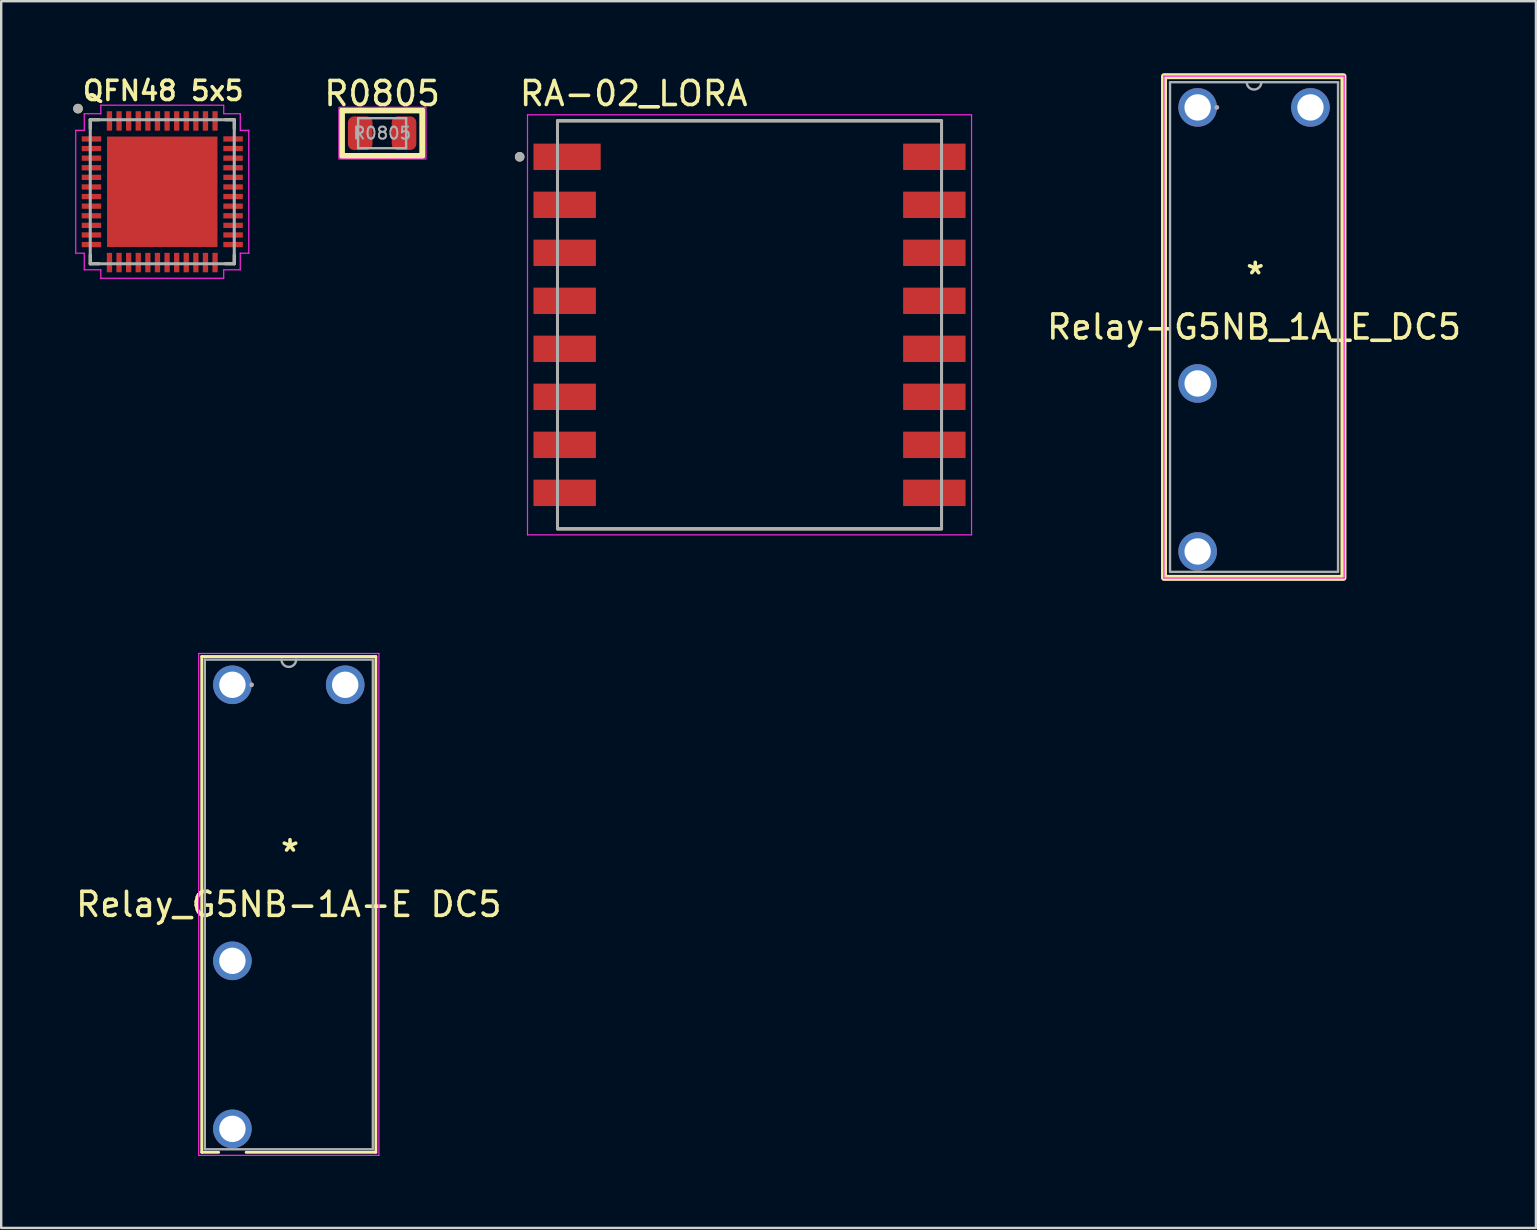
<source format=kicad_pcb>
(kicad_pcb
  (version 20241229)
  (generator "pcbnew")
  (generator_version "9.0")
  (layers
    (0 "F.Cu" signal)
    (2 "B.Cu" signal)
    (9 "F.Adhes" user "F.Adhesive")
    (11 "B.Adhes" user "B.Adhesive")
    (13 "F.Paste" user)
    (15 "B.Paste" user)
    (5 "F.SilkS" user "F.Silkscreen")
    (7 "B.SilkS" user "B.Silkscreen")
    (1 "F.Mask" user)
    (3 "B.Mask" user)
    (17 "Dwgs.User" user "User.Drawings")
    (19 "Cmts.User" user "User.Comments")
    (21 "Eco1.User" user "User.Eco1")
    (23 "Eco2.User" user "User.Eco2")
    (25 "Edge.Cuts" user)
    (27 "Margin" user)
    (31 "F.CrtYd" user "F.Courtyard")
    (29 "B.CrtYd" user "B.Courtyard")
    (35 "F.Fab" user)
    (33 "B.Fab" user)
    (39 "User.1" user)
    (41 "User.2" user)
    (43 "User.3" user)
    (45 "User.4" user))
  (footprint "QFN48 5x5"
    (layer "F.Cu")
    (at 3.71 4.939)
    (property "Reference" "QFN48 5x5" (at 0.04 -4.208 0) (layer "F.SilkS") (effects (font (size 0.8 0.8) (thickness 0.15))))
    (attr smd)
    (fp_line (start -3 -3) (end -3 -2.63) (stroke (width 0.127) (type solid)) (layer "F.SilkS"))
    (fp_line (start -3 2.63) (end -3 3) (stroke (width 0.127) (type solid)) (layer "F.SilkS"))
    (fp_line (start -3 3) (end -2.63 3) (stroke (width 0.127) (type solid)) (layer "F.SilkS"))
    (fp_line (start -2.63 -3) (end -3 -3) (stroke (width 0.127) (type solid)) (layer "F.SilkS"))
    (fp_line (start 2.63 3) (end 3 3) (stroke (width 0.127) (type solid)) (layer "F.SilkS"))
    (fp_line (start 3 -3) (end 2.63 -3) (stroke (width 0.127) (type solid)) (layer "F.SilkS"))
    (fp_line (start 3 -2.63) (end 3 -3) (stroke (width 0.127) (type solid)) (layer "F.SilkS"))
    (fp_line (start 3 3) (end 3 2.63) (stroke (width 0.127) (type solid)) (layer "F.SilkS"))
    (fp_circle (center -3.51 -3.46) (end -3.41 -3.46) (stroke (width 0.2) (type solid)) (fill no) (layer "F.SilkS"))
    (fp_poly (pts (xy -1.965 -1.965) (xy -0.335 -1.965) (xy -0.335 -0.335) (xy -1.965 -0.335)) (stroke (width 0.01) (type solid)) (fill yes) (layer "F.Paste"))
    (fp_poly (pts (xy -1.965 0.335) (xy -0.335 0.335) (xy -0.335 1.965) (xy -1.965 1.965)) (stroke (width 0.01) (type solid)) (fill yes) (layer "F.Paste"))
    (fp_poly (pts (xy 0.335 -1.965) (xy 1.965 -1.965) (xy 1.965 -0.335) (xy 0.335 -0.335)) (stroke (width 0.01) (type solid)) (fill yes) (layer "F.Paste"))
    (fp_poly (pts (xy 0.335 0.335) (xy 1.965 0.335) (xy 1.965 1.965) (xy 0.335 1.965)) (stroke (width 0.01) (type solid)) (fill yes) (layer "F.Paste"))
    (fp_line (start -3.605 -2.56) (end -3.25 -2.56) (stroke (width 0.05) (type solid)) (layer "F.CrtYd"))
    (fp_line (start -3.605 2.56) (end -3.605 -2.56) (stroke (width 0.05) (type solid)) (layer "F.CrtYd"))
    (fp_line (start -3.25 -3.25) (end -2.56 -3.25) (stroke (width 0.05) (type solid)) (layer "F.CrtYd"))
    (fp_line (start -3.25 -2.56) (end -3.25 -3.25) (stroke (width 0.05) (type solid)) (layer "F.CrtYd"))
    (fp_line (start -3.25 2.56) (end -3.605 2.56) (stroke (width 0.05) (type solid)) (layer "F.CrtYd"))
    (fp_line (start -3.25 3.25) (end -3.25 2.56) (stroke (width 0.05) (type solid)) (layer "F.CrtYd"))
    (fp_line (start -2.56 -3.605) (end 2.56 -3.605) (stroke (width 0.05) (type solid)) (layer "F.CrtYd"))
    (fp_line (start -2.56 -3.25) (end -2.56 -3.605) (stroke (width 0.05) (type solid)) (layer "F.CrtYd"))
    (fp_line (start -2.56 3.25) (end -3.25 3.25) (stroke (width 0.05) (type solid)) (layer "F.CrtYd"))
    (fp_line (start -2.56 3.605) (end -2.56 3.25) (stroke (width 0.05) (type solid)) (layer "F.CrtYd"))
    (fp_line (start 2.56 -3.605) (end 2.56 -3.25) (stroke (width 0.05) (type solid)) (layer "F.CrtYd"))
    (fp_line (start 2.56 -3.25) (end 3.25 -3.25) (stroke (width 0.05) (type solid)) (layer "F.CrtYd"))
    (fp_line (start 2.56 3.25) (end 2.56 3.605) (stroke (width 0.05) (type solid)) (layer "F.CrtYd"))
    (fp_line (start 2.56 3.605) (end -2.56 3.605) (stroke (width 0.05) (type solid)) (layer "F.CrtYd"))
    (fp_line (start 3.25 -3.25) (end 3.25 -2.56) (stroke (width 0.05) (type solid)) (layer "F.CrtYd"))
    (fp_line (start 3.25 -2.56) (end 3.605 -2.56) (stroke (width 0.05) (type solid)) (layer "F.CrtYd"))
    (fp_line (start 3.25 2.56) (end 3.25 3.25) (stroke (width 0.05) (type solid)) (layer "F.CrtYd"))
    (fp_line (start 3.25 3.25) (end 2.56 3.25) (stroke (width 0.05) (type solid)) (layer "F.CrtYd"))
    (fp_line (start 3.605 -2.56) (end 3.605 2.56) (stroke (width 0.05) (type solid)) (layer "F.CrtYd"))
    (fp_line (start 3.605 2.56) (end 3.25 2.56) (stroke (width 0.05) (type solid)) (layer "F.CrtYd"))
    (fp_line (start -3 -3) (end -3 3) (stroke (width 0.127) (type solid)) (layer "F.Fab"))
    (fp_line (start -3 3) (end 3 3) (stroke (width 0.127) (type solid)) (layer "F.Fab"))
    (fp_line (start 3 -3) (end -3 -3) (stroke (width 0.127) (type solid)) (layer "F.Fab"))
    (fp_line (start 3 3) (end 3 -3) (stroke (width 0.127) (type solid)) (layer "F.Fab"))
    (fp_circle (center -3.51 -3.47) (end -3.41 -3.47) (stroke (width 0.2) (type solid)) (fill no) (layer "F.Fab"))
    (pad "1" smd rect (at -2.95 -2.2) (size 0.81 0.22) (layers "F.Cu" "F.Mask" "F.Paste"))
    (pad "2" smd rect (at -2.95 -1.8) (size 0.81 0.22) (layers "F.Cu" "F.Mask" "F.Paste"))
    (pad "3" smd rect (at -2.95 -1.4) (size 0.81 0.22) (layers "F.Cu" "F.Mask" "F.Paste"))
    (pad "4" smd rect (at -2.95 -1) (size 0.81 0.22) (layers "F.Cu" "F.Mask" "F.Paste"))
    (pad "5" smd rect (at -2.95 -0.6) (size 0.81 0.22) (layers "F.Cu" "F.Mask" "F.Paste"))
    (pad "6" smd rect (at -2.95 -0.2) (size 0.81 0.22) (layers "F.Cu" "F.Mask" "F.Paste"))
    (pad "7" smd rect (at -2.95 0.2) (size 0.81 0.22) (layers "F.Cu" "F.Mask" "F.Paste"))
    (pad "8" smd rect (at -2.95 0.6) (size 0.81 0.22) (layers "F.Cu" "F.Mask" "F.Paste"))
    (pad "9" smd rect (at -2.95 1) (size 0.81 0.22) (layers "F.Cu" "F.Mask" "F.Paste"))
    (pad "10" smd rect (at -2.95 1.4) (size 0.81 0.22) (layers "F.Cu" "F.Mask" "F.Paste"))
    (pad "11" smd rect (at -2.95 1.8) (size 0.81 0.22) (layers "F.Cu" "F.Mask" "F.Paste"))
    (pad "12" smd rect (at -2.95 2.2) (size 0.81 0.22) (layers "F.Cu" "F.Mask" "F.Paste"))
    (pad "13" smd rect (at -2.2 2.95) (size 0.22 0.81) (layers "F.Cu" "F.Mask" "F.Paste"))
    (pad "14" smd rect (at -1.8 2.95) (size 0.22 0.81) (layers "F.Cu" "F.Mask" "F.Paste"))
    (pad "15" smd rect (at -1.4 2.95) (size 0.22 0.81) (layers "F.Cu" "F.Mask" "F.Paste"))
    (pad "16" smd rect (at -1 2.95) (size 0.22 0.81) (layers "F.Cu" "F.Mask" "F.Paste"))
    (pad "17" smd rect (at -0.6 2.95) (size 0.22 0.81) (layers "F.Cu" "F.Mask" "F.Paste"))
    (pad "18" smd rect (at -0.2 2.95) (size 0.22 0.81) (layers "F.Cu" "F.Mask" "F.Paste"))
    (pad "19" smd rect (at 0.2 2.95) (size 0.22 0.81) (layers "F.Cu" "F.Mask" "F.Paste"))
    (pad "20" smd rect (at 0.6 2.95) (size 0.22 0.81) (layers "F.Cu" "F.Mask" "F.Paste"))
    (pad "21" smd rect (at 1 2.95) (size 0.22 0.81) (layers "F.Cu" "F.Mask" "F.Paste"))
    (pad "22" smd rect (at 1.4 2.95) (size 0.22 0.81) (layers "F.Cu" "F.Mask" "F.Paste"))
    (pad "23" smd rect (at 1.8 2.95) (size 0.22 0.81) (layers "F.Cu" "F.Mask" "F.Paste"))
    (pad "24" smd rect (at 2.2 2.95) (size 0.22 0.81) (layers "F.Cu" "F.Mask" "F.Paste"))
    (pad "25" smd rect (at 2.95 2.2) (size 0.81 0.22) (layers "F.Cu" "F.Mask" "F.Paste"))
    (pad "26" smd rect (at 2.95 1.8) (size 0.81 0.22) (layers "F.Cu" "F.Mask" "F.Paste"))
    (pad "27" smd rect (at 2.95 1.4) (size 0.81 0.22) (layers "F.Cu" "F.Mask" "F.Paste"))
    (pad "28" smd rect (at 2.95 1) (size 0.81 0.22) (layers "F.Cu" "F.Mask" "F.Paste"))
    (pad "29" smd rect (at 2.95 0.6) (size 0.81 0.22) (layers "F.Cu" "F.Mask" "F.Paste"))
    (pad "30" smd rect (at 2.95 0.2) (size 0.81 0.22) (layers "F.Cu" "F.Mask" "F.Paste"))
    (pad "31" smd rect (at 2.95 -0.2) (size 0.81 0.22) (layers "F.Cu" "F.Mask" "F.Paste"))
    (pad "32" smd rect (at 2.95 -0.6) (size 0.81 0.22) (layers "F.Cu" "F.Mask" "F.Paste"))
    (pad "33" smd rect (at 2.95 -1) (size 0.81 0.22) (layers "F.Cu" "F.Mask" "F.Paste"))
    (pad "34" smd rect (at 2.95 -1.4) (size 0.81 0.22) (layers "F.Cu" "F.Mask" "F.Paste"))
    (pad "35" smd rect (at 2.95 -1.8) (size 0.81 0.22) (layers "F.Cu" "F.Mask" "F.Paste"))
    (pad "36" smd rect (at 2.95 -2.2) (size 0.81 0.22) (layers "F.Cu" "F.Mask" "F.Paste"))
    (pad "37" smd rect (at 2.2 -2.95) (size 0.22 0.81) (layers "F.Cu" "F.Mask" "F.Paste"))
    (pad "38" smd rect (at 1.8 -2.95) (size 0.22 0.81) (layers "F.Cu" "F.Mask" "F.Paste"))
    (pad "39" smd rect (at 1.4 -2.95) (size 0.22 0.81) (layers "F.Cu" "F.Mask" "F.Paste"))
    (pad "40" smd rect (at 1 -2.95) (size 0.22 0.81) (layers "F.Cu" "F.Mask" "F.Paste"))
    (pad "41" smd rect (at 0.6 -2.95) (size 0.22 0.81) (layers "F.Cu" "F.Mask" "F.Paste"))
    (pad "42" smd rect (at 0.2 -2.95) (size 0.22 0.81) (layers "F.Cu" "F.Mask" "F.Paste"))
    (pad "43" smd rect (at -0.2 -2.95) (size 0.22 0.81) (layers "F.Cu" "F.Mask" "F.Paste"))
    (pad "44" smd rect (at -0.6 -2.95) (size 0.22 0.81) (layers "F.Cu" "F.Mask" "F.Paste"))
    (pad "45" smd rect (at -1 -2.95) (size 0.22 0.81) (layers "F.Cu" "F.Mask" "F.Paste"))
    (pad "46" smd rect (at -1.4 -2.95) (size 0.22 0.81) (layers "F.Cu" "F.Mask" "F.Paste"))
    (pad "47" smd rect (at -1.8 -2.95) (size 0.22 0.81) (layers "F.Cu" "F.Mask" "F.Paste"))
    (pad "48" smd rect (at -2.2 -2.95) (size 0.22 0.81) (layers "F.Cu" "F.Mask" "F.Paste"))
    (pad "49" smd rect (at 0 0) (size 4.6 4.6) (layers "F.Cu" "F.Mask")))
  (footprint "R0805"
    (layer "F.Cu")
    (at 12.87 2.498)
    (property "Reference" "R0805" (at 0 -1.65 0) (layer "F.SilkS") (effects (font (size 1 1) (thickness 0.15))))
    (attr smd)
    (fp_rect (start -1.675 -0.95) (end 1.675 0.95) (stroke (width 0.25) (type default)) (fill no) (layer "F.SilkS"))
    (fp_rect (start -1.8 -1.075) (end 1.825 1.075) (stroke (width 0.05) (type default)) (fill no) (layer "F.CrtYd"))
    (fp_line (start -1 -0.625) (end 1 -0.625) (stroke (width 0.1) (type solid)) (layer "F.Fab"))
    (fp_line (start -1 0.625) (end -1 -0.625) (stroke (width 0.1) (type solid)) (layer "F.Fab"))
    (fp_line (start 1 -0.625) (end 1 0.625) (stroke (width 0.1) (type solid)) (layer "F.Fab"))
    (fp_line (start 1 0.625) (end -1 0.625) (stroke (width 0.1) (type solid)) (layer "F.Fab"))
    (fp_text user "${REFERENCE}" (at 0 0 0) (layer "F.Fab") (effects (font (size 0.5 0.5) (thickness 0.08))))
    (pad "1" smd roundrect (at -0.912 0) (size 1.025 1.4) (layers "F.Cu" "F.Mask" "F.Paste") (roundrect_rratio 0.244))
    (pad "2" smd roundrect (at 0.912 0) (size 1.025 1.4) (layers "F.Cu" "F.Mask" "F.Paste") (roundrect_rratio 0.244)))
  (footprint "Relay-G5NB_1A_E_DC5"
    (layer "F.Cu")
    (at 51.545 19.725)
    (property "Reference" "Relay-G5NB_1A_E_DC5" (at -2.35 -9.15 0) (layer "F.SilkS") (effects (font (size 1 1) (thickness 0.15))))
    (attr through_hole)
    (fp_rect (start -6.1 -19.6) (end 1.375 1.3) (stroke (width 0.25) (type solid)) (fill no) (layer "F.SilkS"))
    (fp_line (start -6.104 -19.604) (end 1.404 -19.604) (stroke (width 0.05) (type solid)) (layer "F.CrtYd"))
    (fp_line (start -6.104 1.304) (end -6.104 -19.604) (stroke (width 0.05) (type solid)) (layer "F.CrtYd"))
    (fp_line (start 1.404 -19.604) (end 1.404 1.304) (stroke (width 0.05) (type solid)) (layer "F.CrtYd"))
    (fp_line (start 1.404 1.304) (end -6.104 1.304) (stroke (width 0.05) (type solid)) (layer "F.CrtYd"))
    (fp_line (start -5.85 -19.35) (end -5.85 1.05) (stroke (width 0.1) (type solid)) (layer "F.Fab"))
    (fp_line (start -5.85 1.05) (end 1.15 1.05) (stroke (width 0.1) (type solid)) (layer "F.Fab"))
    (fp_line (start 1.15 -19.35) (end -5.85 -19.35) (stroke (width 0.1) (type solid)) (layer "F.Fab"))
    (fp_line (start 1.15 1.05) (end 1.15 -19.35) (stroke (width 0.1) (type solid)) (layer "F.Fab"))
    (fp_arc (start -2.0452 -19.35) (mid -2.35 -19.0452) (end -2.6548 -19.35) (stroke (width 0.1) (type solid)) (layer "F.Fab"))
    (fp_circle (center -3.9 -18.3) (end -3.9 -18.3) (stroke (width 0.1) (type solid)) (fill no) (layer "F.Fab"))
    (fp_text user "*" (at -2.3 -11.3 0) (layer "F.SilkS") (effects (font (size 1 1) (thickness 0.15))))
    (pad "1" thru_hole circle (at -4.7 -18.3) (size 1.608 1.608) (drill 1.1) (layers "*.Cu" "*.Mask"))
    (pad "2" thru_hole circle (at -4.7 -6.8) (size 1.608 1.608) (drill 1.1) (layers "*.Cu" "*.Mask"))
    (pad "3" thru_hole circle (at -4.7 0.2) (size 1.608 1.608) (drill 1.1) (layers "*.Cu" "*.Mask"))
    (pad "4" thru_hole circle (at 0 -18.3) (size 1.608 1.608) (drill 1.1) (layers "*.Cu" "*.Mask")))
  (footprint "Relay_G5NB-1A-E DC5"
    (layer "F.Cu")
    (at 11.332 43.779)
    (property "Reference" "Relay_G5NB-1A-E DC5" (at -2.35 -9.15 0) (layer "F.SilkS") (effects (font (size 1 1) (thickness 0.15))))
    (attr through_hole)
    (fp_line (start -5.977 -19.477) (end -5.977 1.177) (stroke (width 0.12) (type solid)) (layer "F.SilkS"))
    (fp_line (start -5.977 1.177) (end -5.273 1.177) (stroke (width 0.12) (type solid)) (layer "F.SilkS"))
    (fp_line (start -4.127 1.177) (end 1.277 1.177) (stroke (width 0.12) (type solid)) (layer "F.SilkS"))
    (fp_line (start 1.277 -19.477) (end -5.977 -19.477) (stroke (width 0.12) (type solid)) (layer "F.SilkS"))
    (fp_line (start 1.277 1.177) (end 1.277 -19.477) (stroke (width 0.12) (type solid)) (layer "F.SilkS"))
    (fp_line (start -6.104 -19.604) (end 1.404 -19.604) (stroke (width 0.05) (type solid)) (layer "F.CrtYd"))
    (fp_line (start -6.104 1.304) (end -6.104 -19.604) (stroke (width 0.05) (type solid)) (layer "F.CrtYd"))
    (fp_line (start 1.404 -19.604) (end 1.404 1.304) (stroke (width 0.05) (type solid)) (layer "F.CrtYd"))
    (fp_line (start 1.404 1.304) (end -6.104 1.304) (stroke (width 0.05) (type solid)) (layer "F.CrtYd"))
    (fp_line (start -5.85 -19.35) (end -5.85 1.05) (stroke (width 0.1) (type solid)) (layer "F.Fab"))
    (fp_line (start -5.85 1.05) (end 1.15 1.05) (stroke (width 0.1) (type solid)) (layer "F.Fab"))
    (fp_line (start 1.15 -19.35) (end -5.85 -19.35) (stroke (width 0.1) (type solid)) (layer "F.Fab"))
    (fp_line (start 1.15 1.05) (end 1.15 -19.35) (stroke (width 0.1) (type solid)) (layer "F.Fab"))
    (fp_arc (start -2.0452 -19.35) (mid -2.35 -19.0452) (end -2.6548 -19.35) (stroke (width 0.1) (type solid)) (layer "F.Fab"))
    (fp_circle (center -3.9 -18.3) (end -3.9 -18.3) (stroke (width 0.1) (type solid)) (fill no) (layer "F.Fab"))
    (fp_text user "*" (at -2.3 -11.3 0) (layer "F.SilkS") (effects (font (size 1 1) (thickness 0.15))))
    (pad "1" thru_hole circle (at -4.7 -18.3) (size 1.608 1.608) (drill 1.1) (layers "*.Cu" "*.Mask"))
    (pad "2" thru_hole circle (at -4.7 -6.8) (size 1.608 1.608) (drill 1.1) (layers "*.Cu" "*.Mask"))
    (pad "3" thru_hole circle (at -4.7 0.2) (size 1.608 1.608) (drill 1.1) (layers "*.Cu" "*.Mask"))
    (pad "4" thru_hole circle (at 0 -18.3) (size 1.608 1.608) (drill 1.1) (layers "*.Cu" "*.Mask")))
  (footprint "RA-02_LORA"
    (layer "F.Cu")
    (at 28.176 10.483)
    (property "Reference" "RA-02_LORA" (at -4.825 -9.635 0) (layer "F.SilkS") (effects (font (size 1 1) (thickness 0.15))))
    (attr through_hole)
    (fp_line (start -8 -8.5) (end 8 -8.5) (stroke (width 0.127) (type solid)) (layer "F.SilkS"))
    (fp_line (start -8 8.5) (end 8 8.5) (stroke (width 0.127) (type solid)) (layer "F.SilkS"))
    (fp_circle (center -9.576 -7) (end -9.476 -7) (stroke (width 0.2) (type solid)) (fill no) (layer "F.SilkS"))
    (fp_line (start -9.25 -8.75) (end 9.25 -8.75) (stroke (width 0.05) (type solid)) (layer "F.CrtYd"))
    (fp_line (start -9.25 8.75) (end -9.25 -8.75) (stroke (width 0.05) (type solid)) (layer "F.CrtYd"))
    (fp_line (start 9.25 -8.75) (end 9.25 8.75) (stroke (width 0.05) (type solid)) (layer "F.CrtYd"))
    (fp_line (start 9.25 8.75) (end -9.25 8.75) (stroke (width 0.05) (type solid)) (layer "F.CrtYd"))
    (fp_line (start -8 -8.5) (end 8 -8.5) (stroke (width 0.127) (type solid)) (layer "F.Fab"))
    (fp_line (start -8 8.5) (end -8 -8.5) (stroke (width 0.127) (type solid)) (layer "F.Fab"))
    (fp_line (start 8 -8.5) (end 8 8.5) (stroke (width 0.127) (type solid)) (layer "F.Fab"))
    (fp_line (start 8 8.5) (end -8 8.5) (stroke (width 0.127) (type solid)) (layer "F.Fab"))
    (fp_circle (center -9.576 -7) (end -9.476 -7) (stroke (width 0.2) (type solid)) (fill no) (layer "F.Fab"))
    (pad "1" smd rect (at -7.6 -7) (size 2.8 1.1) (layers "F.Cu" "F.Mask" "F.Paste"))
    (pad "2" smd rect (at -7.7 -5) (size 2.6 1.1) (layers "F.Cu" "F.Mask" "F.Paste"))
    (pad "3" smd rect (at -7.7 -3) (size 2.6 1.1) (layers "F.Cu" "F.Mask" "F.Paste"))
    (pad "4" smd rect (at -7.7 -1) (size 2.6 1.1) (layers "F.Cu" "F.Mask" "F.Paste"))
    (pad "5" smd rect (at -7.7 1) (size 2.6 1.1) (layers "F.Cu" "F.Mask" "F.Paste"))
    (pad "6" smd rect (at -7.7 3) (size 2.6 1.1) (layers "F.Cu" "F.Mask" "F.Paste"))
    (pad "7" smd rect (at -7.7 5) (size 2.6 1.1) (layers "F.Cu" "F.Mask" "F.Paste"))
    (pad "8" smd rect (at -7.7 7) (size 2.6 1.1) (layers "F.Cu" "F.Mask" "F.Paste"))
    (pad "9" smd rect (at 7.7 7 180) (size 2.6 1.1) (layers "F.Cu" "F.Mask" "F.Paste"))
    (pad "10" smd rect (at 7.7 5 180) (size 2.6 1.1) (layers "F.Cu" "F.Mask" "F.Paste"))
    (pad "11" smd rect (at 7.7 3 180) (size 2.6 1.1) (layers "F.Cu" "F.Mask" "F.Paste"))
    (pad "12" smd rect (at 7.7 1 180) (size 2.6 1.1) (layers "F.Cu" "F.Mask" "F.Paste"))
    (pad "13" smd rect (at 7.7 -1 180) (size 2.6 1.1) (layers "F.Cu" "F.Mask" "F.Paste"))
    (pad "14" smd rect (at 7.7 -3 180) (size 2.6 1.1) (layers "F.Cu" "F.Mask" "F.Paste"))
    (pad "15" smd rect (at 7.7 -5 180) (size 2.6 1.1) (layers "F.Cu" "F.Mask" "F.Paste"))
    (pad "16" smd rect (at 7.7 -7 180) (size 2.6 1.1) (layers "F.Cu" "F.Mask" "F.Paste")))
  (gr_rect
    (start -3 -3)
    (end 60.939 48.108)
    (stroke (width 0.1) (type default))
    (fill no)
    (layer "Edge.Cuts")))
</source>
